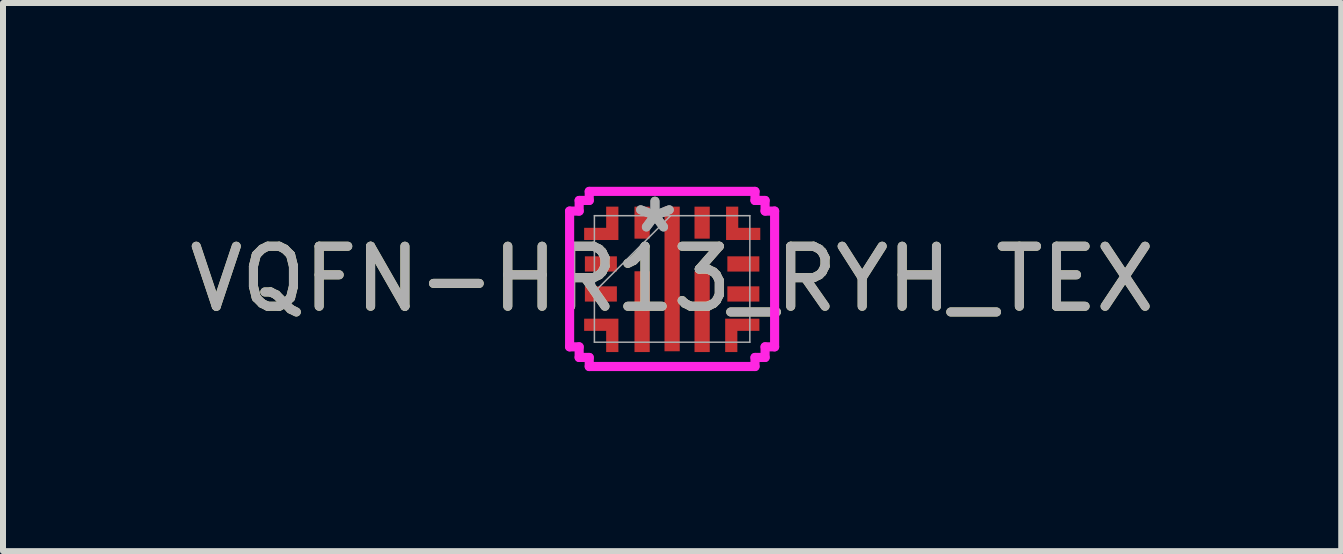
<source format=kicad_pcb>
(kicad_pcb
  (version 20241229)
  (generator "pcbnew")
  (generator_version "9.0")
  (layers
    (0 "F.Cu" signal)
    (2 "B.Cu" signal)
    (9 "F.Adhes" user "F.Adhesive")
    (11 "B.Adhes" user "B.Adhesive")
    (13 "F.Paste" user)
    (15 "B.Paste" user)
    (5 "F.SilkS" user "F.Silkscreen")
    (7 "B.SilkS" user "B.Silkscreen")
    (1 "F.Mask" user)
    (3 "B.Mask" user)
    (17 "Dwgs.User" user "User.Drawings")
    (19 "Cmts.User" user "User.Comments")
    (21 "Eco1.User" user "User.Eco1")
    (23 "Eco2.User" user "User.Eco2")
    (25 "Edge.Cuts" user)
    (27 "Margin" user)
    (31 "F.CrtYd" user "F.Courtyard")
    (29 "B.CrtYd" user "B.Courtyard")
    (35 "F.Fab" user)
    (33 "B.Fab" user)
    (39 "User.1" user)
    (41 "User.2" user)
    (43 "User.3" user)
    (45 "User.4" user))
  (footprint "VQFN-HR13_RYH_TEX"
    (layer "F.Cu")
    (at 8.149 1.598)
    (property "Reference" "VQFN-HR13_RYH_TEX" (at 0 0 0) (unlocked yes) (layer "F.SilkS") (effects (font (size 1 1) (thickness 0.15))))
    (attr smd)
    (fp_poly (pts (xy -0.127 -1.205) (xy 0.127 -1.205) (xy 0.127 1.205) (xy -0.127 1.205)) (stroke (width 0) (type solid)) (fill yes) (layer "F.Cu"))
    (fp_poly (pts (xy -0.895 -1.205) (xy -1.099 -1.205) (xy -1.099 -0.852) (xy -1.466 -0.852) (xy -1.466 -0.649) (xy -0.895 -0.649)) (stroke (width 0) (type solid)) (fill yes) (layer "F.Cu"))
    (fp_poly (pts (xy -0.895 1.218) (xy -1.099 1.218) (xy -1.099 0.865) (xy -1.466 0.865) (xy -1.466 0.662) (xy -0.895 0.662)) (stroke (width 0) (type solid)) (fill yes) (layer "F.Cu"))
    (fp_poly (pts (xy 0.884 1.218) (xy 1.087 1.218) (xy 1.087 0.865) (xy 1.454 0.865) (xy 1.454 0.662) (xy 0.884 0.662)) (stroke (width 0) (type solid)) (fill yes) (layer "F.Cu"))
    (fp_poly (pts (xy 0.899 -1.205) (xy 1.102 -1.205) (xy 1.102 -0.852) (xy 1.469 -0.852) (xy 1.469 -0.649) (xy 0.899 -0.649)) (stroke (width 0) (type solid)) (fill yes) (layer "F.Cu"))
    (fp_poly (pts (xy -0.127 -1.205) (xy 0.127 -1.205) (xy 0.127 1.205) (xy -0.127 1.205)) (stroke (width 0) (type solid)) (fill yes) (layer "F.Mask"))
    (fp_poly (pts (xy -0.895 -1.205) (xy -1.099 -1.205) (xy -1.099 -0.852) (xy -1.466 -0.852) (xy -1.466 -0.649) (xy -0.895 -0.649)) (stroke (width 0) (type solid)) (fill yes) (layer "F.Mask"))
    (fp_poly (pts (xy -0.127 -1.205) (xy 0.127 -1.205) (xy 0.127 1.205) (xy -0.127 1.205)) (stroke (width 0) (type solid)) (fill yes) (layer "F.Paste"))
    (fp_poly (pts (xy -0.895 -1.205) (xy -1.099 -1.205) (xy -1.099 -0.852) (xy -1.466 -0.852) (xy -1.466 -0.649) (xy -0.895 -0.649)) (stroke (width 0) (type solid)) (fill yes) (layer "F.Paste"))
    (fp_line (start -1.708 -1.131) (end -1.549 -1.131) (stroke (width 0.152) (type solid)) (layer "F.CrtYd"))
    (fp_line (start -1.708 1.131) (end -1.708 -1.131) (stroke (width 0.152) (type solid)) (layer "F.CrtYd"))
    (fp_line (start -1.549 -1.308) (end -1.381 -1.308) (stroke (width 0.152) (type solid)) (layer "F.CrtYd"))
    (fp_line (start -1.549 -1.131) (end -1.549 -1.308) (stroke (width 0.152) (type solid)) (layer "F.CrtYd"))
    (fp_line (start -1.549 1.131) (end -1.708 1.131) (stroke (width 0.152) (type solid)) (layer "F.CrtYd"))
    (fp_line (start -1.549 1.308) (end -1.549 1.131) (stroke (width 0.152) (type solid)) (layer "F.CrtYd"))
    (fp_line (start -1.381 -1.459) (end 1.381 -1.459) (stroke (width 0.152) (type solid)) (layer "F.CrtYd"))
    (fp_line (start -1.381 -1.308) (end -1.381 -1.459) (stroke (width 0.152) (type solid)) (layer "F.CrtYd"))
    (fp_line (start -1.381 1.308) (end -1.549 1.308) (stroke (width 0.152) (type solid)) (layer "F.CrtYd"))
    (fp_line (start -1.381 1.459) (end -1.381 1.308) (stroke (width 0.152) (type solid)) (layer "F.CrtYd"))
    (fp_line (start 1.381 -1.459) (end 1.381 -1.308) (stroke (width 0.152) (type solid)) (layer "F.CrtYd"))
    (fp_line (start 1.381 -1.308) (end 1.549 -1.308) (stroke (width 0.152) (type solid)) (layer "F.CrtYd"))
    (fp_line (start 1.381 1.308) (end 1.381 1.459) (stroke (width 0.152) (type solid)) (layer "F.CrtYd"))
    (fp_line (start 1.381 1.459) (end -1.381 1.459) (stroke (width 0.152) (type solid)) (layer "F.CrtYd"))
    (fp_line (start 1.549 -1.308) (end 1.549 -1.131) (stroke (width 0.152) (type solid)) (layer "F.CrtYd"))
    (fp_line (start 1.549 -1.131) (end 1.708 -1.131) (stroke (width 0.152) (type solid)) (layer "F.CrtYd"))
    (fp_line (start 1.549 1.131) (end 1.549 1.308) (stroke (width 0.152) (type solid)) (layer "F.CrtYd"))
    (fp_line (start 1.549 1.308) (end 1.381 1.308) (stroke (width 0.152) (type solid)) (layer "F.CrtYd"))
    (fp_line (start 1.708 -1.131) (end 1.708 1.131) (stroke (width 0.152) (type solid)) (layer "F.CrtYd"))
    (fp_line (start 1.708 1.131) (end 1.549 1.131) (stroke (width 0.152) (type solid)) (layer "F.CrtYd"))
    (fp_line (start -1.295 -1.054) (end -1.295 1.054) (stroke (width 0.025) (type solid)) (layer "F.Fab"))
    (fp_line (start -1.295 0.216) (end -0.025 -1.054) (stroke (width 0.025) (type solid)) (layer "F.Fab"))
    (fp_line (start -1.295 1.054) (end 1.295 1.054) (stroke (width 0.025) (type solid)) (layer "F.Fab"))
    (fp_line (start 1.295 -1.054) (end -1.295 -1.054) (stroke (width 0.025) (type solid)) (layer "F.Fab"))
    (fp_line (start 1.295 1.054) (end 1.295 -1.054) (stroke (width 0.025) (type solid)) (layer "F.Fab"))
    (fp_text user "${REFERENCE}" (at 0 0 0) (unlocked yes) (layer "F.Fab") (effects (font (size 1 1) (thickness 0.15))))
    (fp_text user "*" (at -0.286 -0.75 0) (layer "F.Fab") (effects (font (size 1 1) (thickness 0.15))))
    (fp_text user "*" (at -0.286 -0.75 0) (unlocked yes) (layer "F.Fab") (effects (font (size 1 1) (thickness 0.15))))
    (pad "1" smd rect (at -1.187 -0.75) (size 0.127 0.127) (layers "F.Cu" "F.Mask" "F.Paste"))
    (pad "2" smd rect (at -1.187 -0.25) (size 0.533 0.254) (layers "F.Cu" "F.Mask" "F.Paste"))
    (pad "3" smd rect (at -1.187 0.25) (size 0.533 0.254) (layers "F.Cu" "F.Mask" "F.Paste"))
    (pad "4" smd rect (at -1 0.938 90) (size 0.127 0.127) (layers "F.Cu" "F.Mask" "F.Paste"))
    (pad "5" smd rect (at -0.5 0.545 90) (size 1.346 0.254) (layers "F.Cu" "F.Mask" "F.Paste"))
    (pad "6" smd rect (at 0 0 90) (size 0.127 0.127) (layers "F.Cu" "F.Mask" "F.Paste"))
    (pad "7" smd rect (at 0.5 0.545 90) (size 1.346 0.254) (layers "F.Cu" "F.Mask" "F.Paste"))
    (pad "8" smd rect (at 1 0.938 90) (size 0.127 0.127) (layers "F.Cu" "F.Mask" "F.Paste"))
    (pad "9" smd rect (at 1.187 0.25) (size 0.533 0.254) (layers "F.Cu" "F.Mask" "F.Paste"))
    (pad "10" smd rect (at 1.187 -0.25) (size 0.533 0.254) (layers "F.Cu" "F.Mask" "F.Paste"))
    (pad "11" smd rect (at 1.187 -0.75) (size 0.127 0.127) (layers "F.Cu" "F.Mask" "F.Paste"))
    (pad "12" smd rect (at 0.5 -0.938 90) (size 0.533 0.254) (layers "F.Cu" "F.Mask" "F.Paste"))
    (pad "13" smd rect (at -0.5 -0.938 90) (size 0.533 0.254) (layers "F.Cu" "F.Mask" "F.Paste")))
  (gr_rect
    (start -3 -3)
    (end 19.298 6.133)
    (stroke (width 0.1) (type default))
    (fill no)
    (layer "Edge.Cuts")))
</source>
